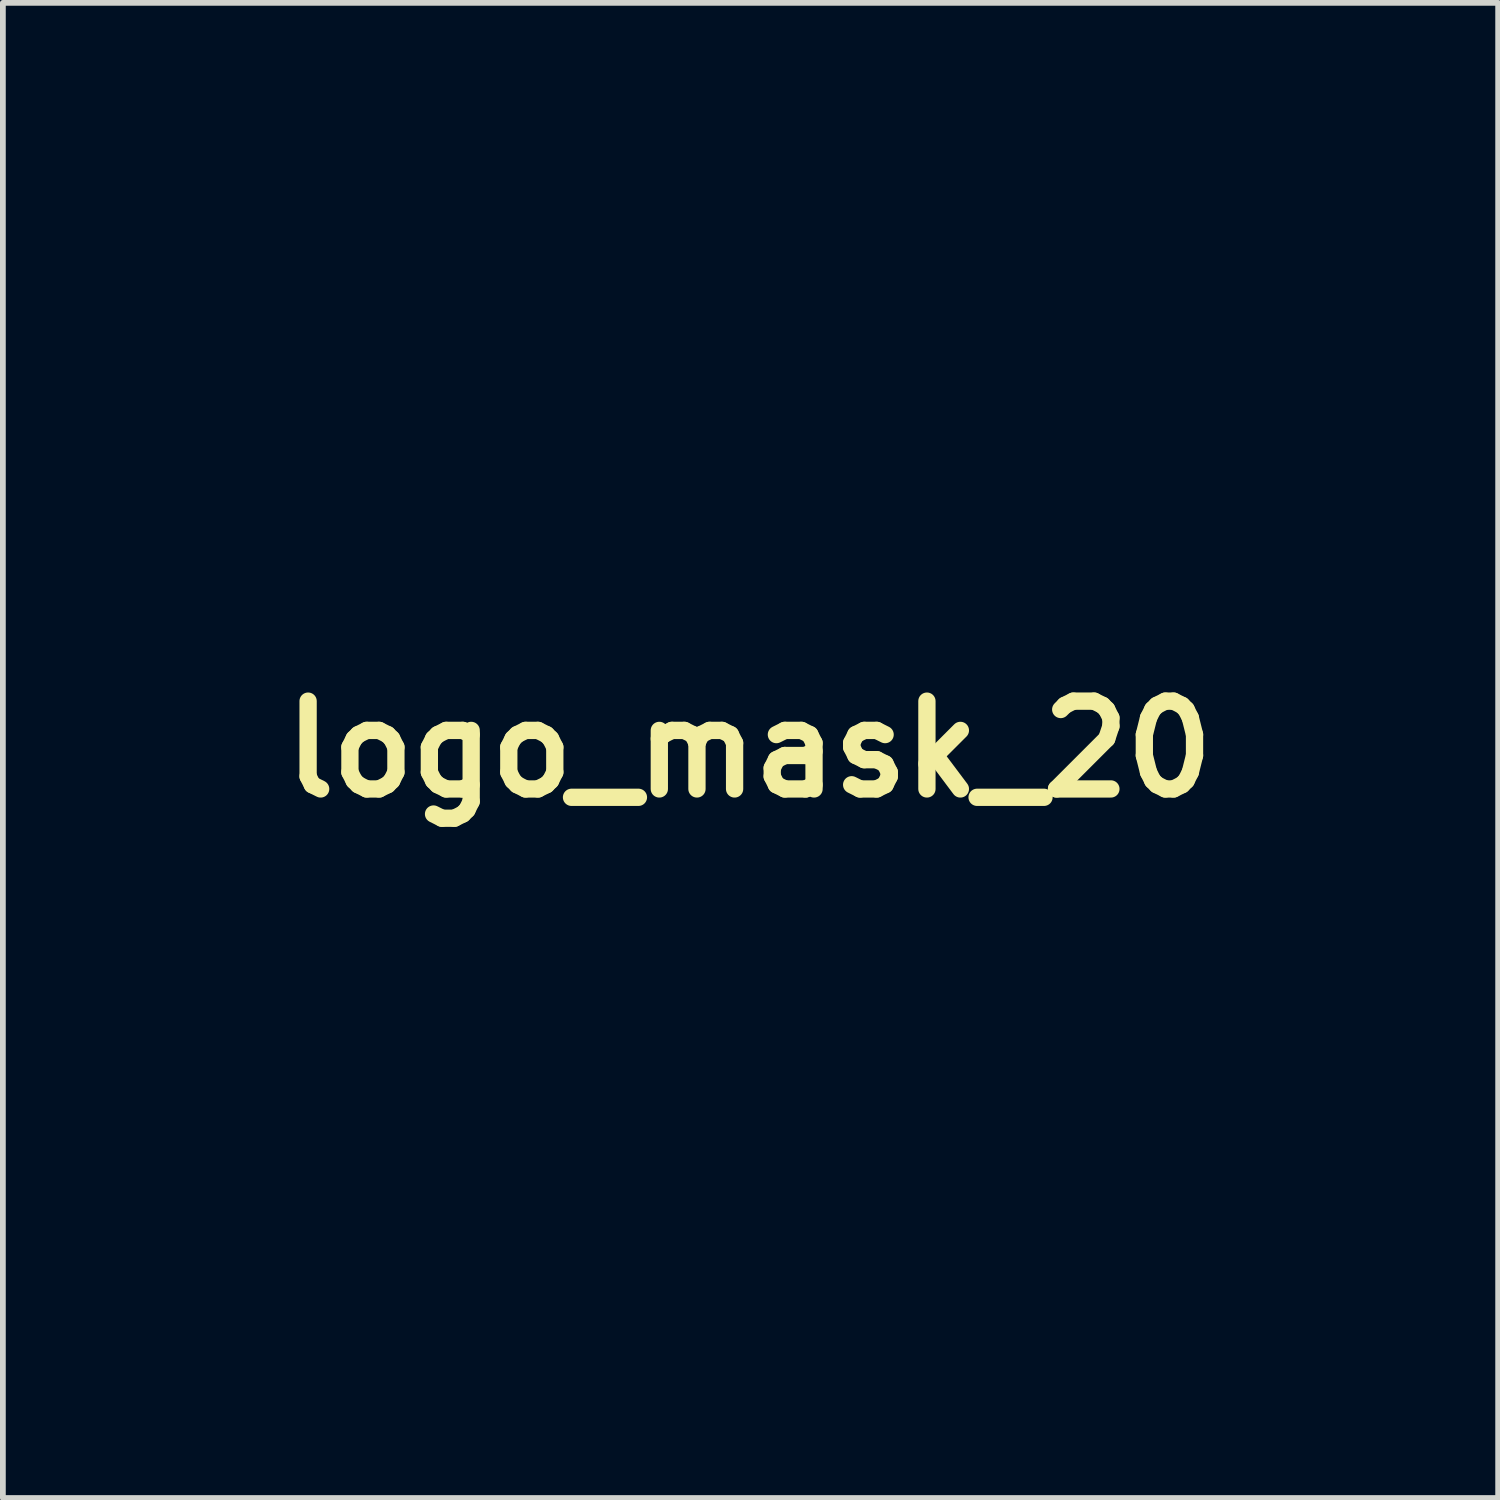
<source format=kicad_pcb>
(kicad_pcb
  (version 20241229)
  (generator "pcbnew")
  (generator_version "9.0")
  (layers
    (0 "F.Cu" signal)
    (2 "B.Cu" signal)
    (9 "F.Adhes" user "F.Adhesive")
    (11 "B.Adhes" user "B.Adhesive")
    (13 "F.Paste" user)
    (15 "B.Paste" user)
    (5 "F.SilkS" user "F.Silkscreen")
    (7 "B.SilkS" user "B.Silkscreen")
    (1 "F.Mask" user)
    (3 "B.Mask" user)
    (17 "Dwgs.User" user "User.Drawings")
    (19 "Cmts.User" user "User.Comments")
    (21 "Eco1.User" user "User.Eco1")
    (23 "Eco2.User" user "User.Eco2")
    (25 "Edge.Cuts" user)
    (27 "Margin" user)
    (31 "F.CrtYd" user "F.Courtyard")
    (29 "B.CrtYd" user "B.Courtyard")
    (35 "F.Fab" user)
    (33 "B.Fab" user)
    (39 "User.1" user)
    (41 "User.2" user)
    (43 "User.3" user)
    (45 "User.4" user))
  (footprint "logo_mask_20"
    (layer "F.Cu")
    (at 9.954 9.954)
    (property "Reference" "logo_mask_20" (at 0 0 0) (layer "F.SilkS") (effects (font (size 1.524 1.524) (thickness 0.3))))
    (attr through_hole)
    (fp_poly (pts (xy -1.827 -8.087) (xy -1.666 -7.969) (xy -1.577 -7.868) (xy -1.533 -7.773) (xy -1.518 -7.644) (xy -1.518 -7.581) (xy -1.518 -7.342) (xy -1.059 -6.885) (xy -0.601 -6.428) (xy 3.28 -6.428) (xy 4.542 -5.167) (xy 5.803 -3.907) (xy 5.803 -1.534) (xy 5.937 -1.406) (xy 6.071 -1.23) (xy 6.13 -1.044) (xy 6.124 -0.859) (xy 6.062 -0.69) (xy 5.954 -0.549) (xy 5.808 -0.448) (xy 5.634 -0.401) (xy 5.441 -0.419) (xy 5.276 -0.492) (xy 5.121 -0.634) (xy 5.034 -0.815) (xy 5.021 -0.964) (xy 5.376 -0.964) (xy 5.396 -0.902) (xy 5.443 -0.851) (xy 5.522 -0.78) (xy 5.58 -0.765) (xy 5.659 -0.798) (xy 5.672 -0.805) (xy 5.743 -0.883) (xy 5.755 -0.985) (xy 5.717 -1.083) (xy 5.638 -1.146) (xy 5.554 -1.153) (xy 5.473 -1.107) (xy 5.415 -1.041) (xy 5.376 -0.964) (xy 5.021 -0.964) (xy 5.017 -1.015) (xy 5.072 -1.212) (xy 5.177 -1.36) (xy 5.312 -1.5) (xy 5.312 -3.683) (xy 4.185 -4.81) (xy 3.057 -5.937) (xy -0.827 -5.937) (xy -1.362 -6.473) (xy -1.569 -6.678) (xy -1.727 -6.826) (xy -1.844 -6.925) (xy -1.93 -6.982) (xy -1.996 -7.006) (xy -2.021 -7.008) (xy -2.24 -7.046) (xy -2.419 -7.149) (xy -2.549 -7.301) (xy -2.619 -7.486) (xy -2.62 -7.544) (xy -2.25 -7.544) (xy -2.231 -7.497) (xy -2.152 -7.43) (xy -2.043 -7.421) (xy -1.939 -7.468) (xy -1.902 -7.511) (xy -1.88 -7.613) (xy -1.932 -7.702) (xy -2.043 -7.755) (xy -2.066 -7.759) (xy -2.179 -7.737) (xy -2.246 -7.657) (xy -2.25 -7.544) (xy -2.62 -7.544) (xy -2.621 -7.688) (xy -2.545 -7.889) (xy -2.543 -7.893) (xy -2.402 -8.049) (xy -2.222 -8.135) (xy -2.024 -8.148) (xy -1.827 -8.087)) (stroke (width 0.01) (type solid)) (fill yes) (layer "F.Mask"))
    (fp_poly (pts (xy 0.79 -8.582) (xy 0.965 -8.491) (xy 1.075 -8.362) (xy 1.131 -8.258) (xy 3.639 -8.258) (xy 5.547 -6.35) (xy 7.455 -4.441) (xy 7.455 -3.069) (xy 7.611 -2.896) (xy 7.712 -2.766) (xy 7.759 -2.649) (xy 7.767 -2.54) (xy 7.728 -2.324) (xy 7.623 -2.15) (xy 7.466 -2.027) (xy 7.276 -1.965) (xy 7.069 -1.973) (xy 6.909 -2.034) (xy 6.764 -2.159) (xy 6.678 -2.328) (xy 6.653 -2.521) (xy 6.653 -2.522) (xy 7.008 -2.522) (xy 7.044 -2.434) (xy 7.125 -2.354) (xy 7.209 -2.321) (xy 7.288 -2.351) (xy 7.34 -2.391) (xy 7.397 -2.474) (xy 7.41 -2.522) (xy 7.375 -2.61) (xy 7.294 -2.69) (xy 7.209 -2.723) (xy 7.121 -2.688) (xy 7.042 -2.607) (xy 7.008 -2.522) (xy 6.653 -2.522) (xy 6.688 -2.715) (xy 6.785 -2.889) (xy 6.883 -2.982) (xy 6.917 -3.016) (xy 6.939 -3.071) (xy 6.953 -3.163) (xy 6.961 -3.308) (xy 6.964 -3.519) (xy 6.964 -3.63) (xy 6.964 -4.219) (xy 3.437 -7.745) (xy 2.295 -7.76) (xy 1.945 -7.764) (xy 1.673 -7.767) (xy 1.469 -7.766) (xy 1.32 -7.761) (xy 1.217 -7.753) (xy 1.147 -7.74) (xy 1.101 -7.721) (xy 1.066 -7.696) (xy 1.056 -7.688) (xy 0.875 -7.559) (xy 0.685 -7.504) (xy 0.601 -7.499) (xy 0.386 -7.539) (xy 0.214 -7.65) (xy 0.097 -7.821) (xy 0.046 -8.039) (xy 0.045 -8.054) (xy 0.402 -8.054) (xy 0.437 -7.969) (xy 0.517 -7.891) (xy 0.603 -7.857) (xy 0.681 -7.886) (xy 0.733 -7.927) (xy 0.79 -8.009) (xy 0.804 -8.057) (xy 0.771 -8.14) (xy 0.696 -8.22) (xy 0.617 -8.258) (xy 0.614 -8.258) (xy 0.536 -8.226) (xy 0.453 -8.151) (xy 0.404 -8.071) (xy 0.402 -8.054) (xy 0.045 -8.054) (xy 0.045 -8.081) (xy 0.056 -8.206) (xy 0.1 -8.307) (xy 0.195 -8.419) (xy 0.218 -8.442) (xy 0.335 -8.548) (xy 0.435 -8.6) (xy 0.554 -8.615) (xy 0.579 -8.615) (xy 0.79 -8.582)) (stroke (width 0.01) (type solid)) (fill yes) (layer "F.Mask"))
    (fp_poly (pts (xy 3.742 2.957) (xy 3.843 3.001) (xy 3.955 3.096) (xy 3.978 3.12) (xy 4.084 3.237) (xy 4.136 3.337) (xy 4.151 3.456) (xy 4.151 3.481) (xy 4.114 3.699) (xy 4.012 3.878) (xy 3.859 4.004) (xy 3.667 4.06) (xy 3.624 4.062) (xy 3.561 4.076) (xy 3.481 4.122) (xy 3.378 4.206) (xy 3.244 4.333) (xy 3.075 4.51) (xy 2.865 4.742) (xy 2.607 5.036) (xy 2.494 5.165) (xy 2.254 5.442) (xy 0.921 5.444) (xy -0.413 5.446) (xy -0.586 5.602) (xy -0.712 5.702) (xy -0.824 5.747) (xy -0.949 5.757) (xy -1.1 5.74) (xy -1.233 5.702) (xy -1.255 5.692) (xy -1.411 5.559) (xy -1.498 5.372) (xy -1.516 5.219) (xy -1.161 5.219) (xy -1.125 5.317) (xy -1.083 5.353) (xy -0.979 5.396) (xy -0.895 5.372) (xy -0.841 5.328) (xy -0.769 5.233) (xy -0.781 5.144) (xy -0.848 5.066) (xy -0.933 5.012) (xy -1.022 5.025) (xy -1.049 5.036) (xy -1.135 5.113) (xy -1.161 5.219) (xy -1.516 5.219) (xy -1.518 5.201) (xy -1.481 4.975) (xy -1.375 4.802) (xy -1.206 4.69) (xy -0.981 4.643) (xy -0.94 4.643) (xy -0.805 4.658) (xy -0.688 4.716) (xy -0.586 4.799) (xy -0.413 4.955) (xy 0.05 4.955) (xy 0.26 4.953) (xy 0.531 4.948) (xy 0.834 4.94) (xy 1.14 4.931) (xy 1.281 4.926) (xy 2.049 4.896) (xy 2.555 4.328) (xy 2.739 4.121) (xy 2.872 3.967) (xy 2.961 3.855) (xy 3.015 3.772) (xy 3.041 3.706) (xy 3.048 3.643) (xy 3.043 3.572) (xy 3.043 3.568) (xy 3.048 3.504) (xy 3.393 3.504) (xy 3.422 3.583) (xy 3.463 3.635) (xy 3.545 3.692) (xy 3.593 3.705) (xy 3.672 3.676) (xy 3.724 3.635) (xy 3.781 3.553) (xy 3.794 3.504) (xy 3.765 3.426) (xy 3.724 3.373) (xy 3.642 3.317) (xy 3.593 3.303) (xy 3.515 3.333) (xy 3.463 3.373) (xy 3.406 3.456) (xy 3.393 3.504) (xy 3.048 3.504) (xy 3.06 3.341) (xy 3.151 3.156) (xy 3.305 3.023) (xy 3.512 2.954) (xy 3.617 2.946) (xy 3.742 2.957)) (stroke (width 0.01) (type solid)) (fill yes) (layer "F.Mask"))
    (fp_poly (pts (xy 2.177 -3.068) (xy 2.723 -2.521) (xy 2.723 -0.869) (xy 2.176 -0.323) (xy 1.628 0.223) (xy 0.905 0.223) (xy 0.635 0.224) (xy 0.44 0.227) (xy 0.307 0.234) (xy 0.223 0.247) (xy 0.173 0.266) (xy 0.145 0.295) (xy 0.134 0.312) (xy 0.033 0.42) (xy -0.125 0.499) (xy -0.308 0.535) (xy -0.335 0.536) (xy -0.558 0.498) (xy -0.73 0.39) (xy -0.844 0.22) (xy -0.892 -0.005) (xy -0.892 -0.022) (xy -0.536 -0.022) (xy -0.506 0.056) (xy -0.466 0.108) (xy -0.383 0.165) (xy -0.335 0.179) (xy -0.256 0.149) (xy -0.204 0.108) (xy -0.147 0.026) (xy -0.134 -0.022) (xy -0.163 -0.101) (xy -0.204 -0.153) (xy -0.286 -0.21) (xy -0.335 -0.223) (xy -0.413 -0.194) (xy -0.466 -0.153) (xy -0.522 -0.071) (xy -0.536 -0.022) (xy -0.892 -0.022) (xy -0.893 -0.048) (xy -0.882 -0.173) (xy -0.837 -0.273) (xy -0.74 -0.386) (xy -0.719 -0.407) (xy -0.605 -0.511) (xy -0.508 -0.563) (xy -0.39 -0.58) (xy -0.34 -0.58) (xy -0.198 -0.569) (xy -0.086 -0.523) (xy 0.037 -0.426) (xy 0.039 -0.424) (xy 0.212 -0.268) (xy 1.408 -0.268) (xy 1.82 -0.682) (xy 2.232 -1.095) (xy 2.232 -2.301) (xy 1.404 -3.125) (xy -1.586 -3.125) (xy -1.999 -2.711) (xy -2.411 -2.297) (xy -2.411 2.256) (xy -1.997 2.668) (xy -1.583 3.08) (xy 1.409 3.08) (xy 1.709 2.778) (xy 2.009 2.475) (xy 2.009 2.215) (xy 2.01 2.168) (xy 2.369 2.168) (xy 2.395 2.286) (xy 2.436 2.34) (xy 2.538 2.404) (xy 2.633 2.38) (xy 2.706 2.298) (xy 2.753 2.213) (xy 2.745 2.154) (xy 2.7 2.097) (xy 2.588 2.02) (xy 2.476 2.024) (xy 2.419 2.062) (xy 2.369 2.168) (xy 2.01 2.168) (xy 2.014 2.06) (xy 2.039 1.957) (xy 2.098 1.87) (xy 2.161 1.803) (xy 2.268 1.709) (xy 2.368 1.665) (xy 2.505 1.652) (xy 2.538 1.652) (xy 2.696 1.662) (xy 2.811 1.705) (xy 2.921 1.789) (xy 3.058 1.959) (xy 3.118 2.147) (xy 3.105 2.336) (xy 3.026 2.51) (xy 2.885 2.653) (xy 2.688 2.747) (xy 2.617 2.763) (xy 2.519 2.786) (xy 2.432 2.823) (xy 2.338 2.886) (xy 2.221 2.986) (xy 2.066 3.135) (xy 1.991 3.209) (xy 1.583 3.616) (xy -1.809 3.616) (xy -2.355 3.068) (xy -2.902 2.521) (xy -2.902 -2.523) (xy -1.807 -3.616) (xy 1.631 -3.616) (xy 2.177 -3.068)) (stroke (width 0.01) (type solid)) (fill yes) (layer "F.Mask"))
    (fp_poly (pts (xy 0.577 -9.941) (xy 1.512 -9.845) (xy 2.439 -9.661) (xy 3.187 -9.445) (xy 4.041 -9.118) (xy 4.858 -8.712) (xy 5.633 -8.233) (xy 6.361 -7.686) (xy 7.036 -7.076) (xy 7.654 -6.408) (xy 8.21 -5.687) (xy 8.698 -4.918) (xy 9.114 -4.106) (xy 9.452 -3.256) (xy 9.49 -3.142) (xy 9.746 -2.226) (xy 9.913 -1.298) (xy 9.994 -0.365) (xy 9.986 0.57) (xy 9.892 1.501) (xy 9.709 2.423) (xy 9.481 3.209) (xy 9.144 4.081) (xy 8.732 4.906) (xy 8.242 5.688) (xy 7.674 6.427) (xy 7.076 7.076) (xy 6.374 7.717) (xy 5.625 8.282) (xy 4.831 8.771) (xy 3.997 9.181) (xy 3.126 9.511) (xy 2.22 9.76) (xy 1.284 9.926) (xy 1.062 9.952) (xy 0.788 9.974) (xy 0.453 9.987) (xy 0.083 9.992) (xy -0.294 9.989) (xy -0.651 9.979) (xy -0.961 9.96) (xy -1.094 9.947) (xy -2.006 9.801) (xy -2.893 9.571) (xy -3.749 9.264) (xy -4.571 8.882) (xy -5.352 8.429) (xy -6.089 7.909) (xy -6.776 7.327) (xy -7.408 6.685) (xy -7.981 5.989) (xy -8.49 5.241) (xy -8.93 4.447) (xy -9.295 3.609) (xy -9.445 3.187) (xy -9.701 2.268) (xy -9.869 1.339) (xy -9.949 0.404) (xy -9.948 0.268) (xy -9.343 0.268) (xy -8.059 0.268) (xy -7.623 0.702) (xy -7.187 1.137) (xy -7.187 3.277) (xy -7.042 3.426) (xy -6.955 3.527) (xy -6.912 3.623) (xy -6.898 3.752) (xy -6.897 3.823) (xy -6.902 3.972) (xy -6.93 4.07) (xy -6.995 4.156) (xy -7.064 4.222) (xy -7.192 4.323) (xy -7.311 4.367) (xy -7.412 4.375) (xy -7.643 4.338) (xy -7.822 4.234) (xy -7.94 4.07) (xy -7.99 3.854) (xy -7.991 3.817) (xy -7.633 3.817) (xy -7.598 3.905) (xy -7.517 3.984) (xy -7.433 4.018) (xy -7.354 3.988) (xy -7.302 3.947) (xy -7.245 3.871) (xy -7.232 3.828) (xy -7.264 3.75) (xy -7.339 3.667) (xy -7.419 3.619) (xy -7.436 3.616) (xy -7.521 3.651) (xy -7.599 3.731) (xy -7.633 3.817) (xy -7.991 3.817) (xy -7.962 3.633) (xy -7.889 3.47) (xy -7.784 3.358) (xy -7.767 3.348) (xy -7.738 3.328) (xy -7.716 3.296) (xy -7.7 3.24) (xy -7.689 3.149) (xy -7.683 3.012) (xy -7.679 2.815) (xy -7.678 2.549) (xy -7.678 2.332) (xy -7.678 1.364) (xy -7.978 1.061) (xy -8.278 0.759) (xy -9.295 0.759) (xy -9.264 1.06) (xy -9.144 1.834) (xy -8.945 2.62) (xy -8.673 3.404) (xy -8.335 4.17) (xy -7.936 4.903) (xy -7.483 5.588) (xy -7.372 5.736) (xy -7.219 5.923) (xy -7.015 6.151) (xy -6.779 6.402) (xy -6.527 6.659) (xy -6.276 6.903) (xy -6.045 7.119) (xy -5.85 7.287) (xy -5.848 7.289) (xy -5.154 7.795) (xy -4.412 8.236) (xy -3.629 8.61) (xy -2.816 8.912) (xy -1.983 9.141) (xy -1.139 9.293) (xy -0.294 9.365) (xy 0.543 9.355) (xy 0.848 9.329) (xy 1.165 9.294) (xy 1.448 9.256) (xy 1.683 9.219) (xy 1.858 9.184) (xy 1.96 9.153) (xy 1.97 9.147) (xy 1.983 9.113) (xy 1.948 9.047) (xy 1.858 8.94) (xy 1.72 8.795) (xy 1.409 8.482) (xy -0.254 8.482) (xy -0.683 8.482) (xy -1.031 8.482) (xy -1.307 8.484) (xy -1.52 8.487) (xy -1.679 8.492) (xy -1.792 8.5) (xy -1.868 8.51) (xy -1.916 8.524) (xy -1.943 8.542) (xy -1.96 8.564) (xy -1.966 8.575) (xy -2.055 8.666) (xy -2.199 8.742) (xy -2.363 8.787) (xy -2.443 8.794) (xy -2.617 8.754) (xy -2.781 8.649) (xy -2.906 8.5) (xy -2.931 8.449) (xy -2.981 8.232) (xy -2.615 8.232) (xy -2.594 8.294) (xy -2.548 8.344) (xy -2.469 8.416) (xy -2.411 8.431) (xy -2.331 8.398) (xy -2.318 8.391) (xy -2.247 8.313) (xy -2.236 8.211) (xy -2.274 8.113) (xy -2.352 8.049) (xy -2.437 8.043) (xy -2.517 8.089) (xy -2.576 8.155) (xy -2.615 8.232) (xy -2.981 8.232) (xy -2.981 8.232) (xy -2.944 8.031) (xy -2.82 7.85) (xy -2.792 7.823) (xy -2.677 7.731) (xy -2.566 7.688) (xy -2.415 7.678) (xy -2.411 7.678) (xy -2.262 7.687) (xy -2.152 7.727) (xy -2.035 7.816) (xy -2.015 7.834) (xy -1.842 7.991) (xy 1.628 7.991) (xy 2.632 8.991) (xy 2.979 8.879) (xy 3.326 8.766) (xy 3.337 7.295) (xy 3.347 6.048) (xy 3.839 6.048) (xy 3.839 7.287) (xy 3.84 7.609) (xy 3.842 7.9) (xy 3.846 8.149) (xy 3.85 8.343) (xy 3.855 8.473) (xy 3.861 8.526) (xy 3.862 8.526) (xy 3.909 8.507) (xy 4.018 8.456) (xy 4.173 8.381) (xy 4.331 8.303) (xy 4.776 8.079) (xy 4.776 6.691) (xy 6.071 5.371) (xy 6.071 2.342) (xy 6.693 1.721) (xy 6.909 1.505) (xy 7.068 1.34) (xy 7.178 1.219) (xy 7.248 1.13) (xy 7.284 1.065) (xy 7.295 1.014) (xy 7.292 0.982) (xy 7.294 0.945) (xy 7.681 0.945) (xy 7.721 1.045) (xy 7.806 1.108) (xy 7.857 1.116) (xy 7.95 1.086) (xy 7.982 1.062) (xy 8.036 0.96) (xy 8.024 0.856) (xy 7.961 0.774) (xy 7.865 0.736) (xy 7.767 0.759) (xy 7.694 0.839) (xy 7.681 0.945) (xy 7.294 0.945) (xy 7.299 0.818) (xy 7.368 0.646) (xy 7.484 0.5) (xy 7.553 0.448) (xy 7.751 0.368) (xy 7.94 0.364) (xy 8.11 0.423) (xy 8.252 0.532) (xy 8.355 0.678) (xy 8.411 0.848) (xy 8.41 1.028) (xy 8.342 1.205) (xy 8.209 1.358) (xy 8.077 1.441) (xy 7.921 1.472) (xy 7.868 1.473) (xy 7.791 1.475) (xy 7.725 1.487) (xy 7.657 1.518) (xy 7.575 1.577) (xy 7.467 1.672) (xy 7.32 1.814) (xy 7.135 1.995) (xy 6.607 2.517) (xy 6.607 5.603) (xy 5.267 6.94) (xy 5.267 7.332) (xy 5.271 7.506) (xy 5.279 7.64) (xy 5.291 7.714) (xy 5.297 7.723) (xy 5.343 7.698) (xy 5.444 7.63) (xy 5.58 7.533) (xy 5.665 7.47) (xy 5.856 7.316) (xy 6.089 7.11) (xy 6.347 6.867) (xy 6.616 6.603) (xy 6.879 6.335) (xy 7.121 6.077) (xy 7.325 5.846) (xy 7.47 5.665) (xy 7.723 5.326) (xy 7.723 3.252) (xy 7.594 3.123) (xy 7.475 2.949) (xy 7.431 2.755) (xy 7.433 2.743) (xy 7.812 2.743) (xy 7.829 2.847) (xy 7.894 2.892) (xy 8.011 2.893) (xy 8.108 2.87) (xy 8.15 2.807) (xy 8.161 2.736) (xy 8.159 2.632) (xy 8.115 2.582) (xy 8.06 2.563) (xy 7.929 2.566) (xy 7.84 2.637) (xy 7.812 2.743) (xy 7.433 2.743) (xy 7.459 2.561) (xy 7.553 2.385) (xy 7.708 2.247) (xy 7.841 2.185) (xy 8.039 2.164) (xy 8.235 2.226) (xy 8.402 2.356) (xy 8.526 2.544) (xy 8.564 2.744) (xy 8.515 2.945) (xy 8.391 3.126) (xy 8.258 3.268) (xy 8.261 3.833) (xy 8.263 4.397) (xy 8.468 3.995) (xy 8.698 3.482) (xy 8.902 2.904) (xy 9.077 2.282) (xy 9.215 1.637) (xy 9.313 0.992) (xy 9.366 0.368) (xy 9.374 0.04) (xy 9.374 -0.312) (xy 7.566 -0.312) (xy 6.372 0.882) (xy 5.178 2.076) (xy 5.178 4.711) (xy 4.509 5.379) (xy 3.839 6.048) (xy 3.347 6.048) (xy 3.349 5.823) (xy 3.996 5.178) (xy 4.643 4.532) (xy 4.643 1.897) (xy 5.993 0.547) (xy 7.343 -0.802) (xy 9.307 -0.826) (xy 9.293 -1.071) (xy 9.265 -1.335) (xy 9.21 -1.658) (xy 9.134 -2.019) (xy 9.04 -2.393) (xy 8.935 -2.758) (xy 8.863 -2.98) (xy 8.577 -3.709) (xy 8.224 -4.429) (xy 7.817 -5.115) (xy 7.371 -5.744) (xy 7.289 -5.848) (xy 7.121 -6.042) (xy 6.906 -6.274) (xy 6.662 -6.524) (xy 6.405 -6.776) (xy 6.154 -7.013) (xy 5.926 -7.217) (xy 5.738 -7.371) (xy 5.736 -7.372) (xy 5.006 -7.876) (xy 4.232 -8.309) (xy 3.423 -8.669) (xy 2.588 -8.953) (xy 1.735 -9.158) (xy 0.872 -9.283) (xy 0.008 -9.324) (xy -0.81 -9.284) (xy -1.582 -9.175) (xy -2.353 -9.004) (xy -3.099 -8.775) (xy -3.797 -8.497) (xy -4.062 -8.371) (xy -4.261 -8.27) (xy -4.434 -8.18) (xy -4.563 -8.11) (xy -4.631 -8.069) (xy -4.634 -8.067) (xy -4.635 -8.042) (xy -4.604 -7.989) (xy -4.536 -7.903) (xy -4.428 -7.781) (xy -4.275 -7.618) (xy -4.074 -7.409) (xy -3.821 -7.15) (xy -3.511 -6.837) (xy -3.206 -6.532) (xy -1.719 -5.044) (xy 2.298 -5.044) (xy 3.247 -4.096) (xy 4.196 -3.148) (xy 4.196 0.036) (xy 4.352 0.192) (xy 4.448 0.299) (xy 4.494 0.396) (xy 4.508 0.527) (xy 4.509 0.58) (xy 4.501 0.731) (xy 4.466 0.834) (xy 4.389 0.932) (xy 4.36 0.961) (xy 4.183 1.088) (xy 3.998 1.138) (xy 3.817 1.123) (xy 3.652 1.051) (xy 3.518 0.933) (xy 3.426 0.779) (xy 3.395 0.625) (xy 3.777 0.625) (xy 3.796 0.672) (xy 3.875 0.739) (xy 3.984 0.748) (xy 4.087 0.701) (xy 4.124 0.658) (xy 4.146 0.556) (xy 4.094 0.467) (xy 3.984 0.414) (xy 3.96 0.41) (xy 3.847 0.432) (xy 3.78 0.512) (xy 3.777 0.625) (xy 3.395 0.625) (xy 3.39 0.599) (xy 3.422 0.403) (xy 3.482 0.277) (xy 3.557 0.175) (xy 3.628 0.111) (xy 3.638 0.105) (xy 3.657 0.088) (xy 3.671 0.046) (xy 3.683 -0.028) (xy 3.691 -0.145) (xy 3.698 -0.312) (xy 3.702 -0.538) (xy 3.704 -0.832) (xy 3.705 -1.202) (xy 3.705 -1.423) (xy 3.705 -2.925) (xy 2.12 -4.499) (xy 0.089 -4.527) (xy -1.942 -4.556) (xy -5.156 -7.766) (xy -5.546 -7.477) (xy -5.705 -7.357) (xy -5.832 -7.255) (xy -5.914 -7.183) (xy -5.937 -7.155) (xy -5.907 -7.117) (xy -5.821 -7.023) (xy -5.688 -6.882) (xy -5.514 -6.702) (xy -5.308 -6.491) (xy -5.077 -6.257) (xy -4.983 -6.162) (xy -4.029 -5.201) (xy -4.001 -2.143) (xy -3.996 -1.579) (xy -3.991 -1.004) (xy -3.987 -0.431) (xy -3.983 0.129) (xy -3.98 0.663) (xy -3.977 1.159) (xy -3.975 1.605) (xy -3.974 1.987) (xy -3.973 2.293) (xy -3.973 2.322) (xy -3.973 3.729) (xy -3.581 4.119) (xy -3.411 4.285) (xy -3.288 4.397) (xy -3.195 4.465) (xy -3.12 4.498) (xy -3.048 4.509) (xy -3.035 4.509) (xy -2.831 4.549) (xy -2.659 4.658) (xy -2.534 4.818) (xy -2.473 5.011) (xy -2.477 5.171) (xy -2.533 5.311) (xy -2.633 5.453) (xy -2.655 5.476) (xy -2.761 5.569) (xy -2.863 5.613) (xy -3.003 5.624) (xy -3.028 5.625) (xy -3.195 5.611) (xy -3.318 5.562) (xy -3.386 5.512) (xy -3.51 5.365) (xy -3.586 5.188) (xy -3.59 5.15) (xy -3.201 5.15) (xy -3.143 5.234) (xy -3.036 5.267) (xy -2.942 5.238) (xy -2.911 5.214) (xy -2.856 5.115) (xy -2.864 5.015) (xy -2.917 4.934) (xy -3 4.892) (xy -3.096 4.912) (xy -3.128 4.936) (xy -3.198 5.042) (xy -3.201 5.15) (xy -3.59 5.15) (xy -3.603 5.013) (xy -3.596 4.97) (xy -3.591 4.918) (xy -3.611 4.858) (xy -3.663 4.78) (xy -3.756 4.67) (xy -3.9 4.518) (xy -4.011 4.404) (xy -4.455 3.951) (xy -4.516 -0.246) (xy -6.405 -2.143) (xy -6.622 -2.143) (xy -6.77 -2.153) (xy -6.875 -2.195) (xy -6.985 -2.288) (xy -6.991 -2.294) (xy -7.088 -2.407) (xy -7.132 -2.514) (xy -7.142 -2.654) (xy -7.14 -2.684) (xy -6.785 -2.684) (xy -6.75 -2.573) (xy -6.663 -2.513) (xy -6.552 -2.511) (xy -6.454 -2.57) (xy -6.397 -2.643) (xy -6.383 -2.682) (xy -6.415 -2.745) (xy -6.486 -2.824) (xy -6.564 -2.887) (xy -6.603 -2.902) (xy -6.679 -2.866) (xy -6.75 -2.783) (xy -6.785 -2.692) (xy -6.785 -2.684) (xy -7.14 -2.684) (xy -7.128 -2.811) (xy -7.092 -2.953) (xy -7.077 -2.987) (xy -6.974 -3.107) (xy -6.817 -3.203) (xy -6.643 -3.255) (xy -6.587 -3.259) (xy -6.391 -3.217) (xy -6.222 -3.105) (xy -6.097 -2.939) (xy -6.032 -2.737) (xy -6.027 -2.656) (xy -6.024 -2.597) (xy -6.011 -2.541) (xy -5.981 -2.479) (xy -5.925 -2.402) (xy -5.838 -2.3) (xy -5.71 -2.164) (xy -5.534 -1.986) (xy -5.304 -1.755) (xy -5.267 -1.719) (xy -4.509 -0.961) (xy -4.509 -4.978) (xy -5.423 -5.892) (xy -6.338 -6.806) (xy -6.696 -6.451) (xy -7.054 -6.095) (xy -6.44 -5.481) (xy -6.209 -5.252) (xy -6.032 -5.085) (xy -5.902 -4.972) (xy -5.812 -4.909) (xy -5.757 -4.89) (xy -5.748 -4.892) (xy -5.617 -4.894) (xy -5.463 -4.841) (xy -5.316 -4.748) (xy -5.247 -4.681) (xy -5.169 -4.561) (xy -5.137 -4.421) (xy -5.134 -4.326) (xy -5.144 -4.173) (xy -5.188 -4.061) (xy -5.279 -3.948) (xy -5.451 -3.816) (xy -5.638 -3.762) (xy -5.824 -3.777) (xy -5.994 -3.856) (xy -6.131 -3.991) (xy -6.222 -4.177) (xy -6.237 -4.285) (xy -5.865 -4.285) (xy -5.846 -4.238) (xy -5.768 -4.171) (xy -5.658 -4.162) (xy -5.555 -4.209) (xy -5.518 -4.252) (xy -5.496 -4.354) (xy -5.548 -4.443) (xy -5.659 -4.496) (xy -5.682 -4.5) (xy -5.795 -4.478) (xy -5.862 -4.398) (xy -5.865 -4.285) (xy -6.237 -4.285) (xy -6.249 -4.374) (xy -6.252 -4.449) (xy -6.264 -4.513) (xy -6.295 -4.58) (xy -6.353 -4.661) (xy -6.448 -4.768) (xy -6.589 -4.913) (xy -6.783 -5.109) (xy -6.796 -5.122) (xy -6.976 -5.3) (xy -7.134 -5.455) (xy -7.261 -5.574) (xy -7.345 -5.649) (xy -7.374 -5.669) (xy -7.417 -5.632) (xy -7.496 -5.531) (xy -7.603 -5.377) (xy -7.728 -5.184) (xy -7.864 -4.966) (xy -8.003 -4.734) (xy -8.137 -4.502) (xy -8.257 -4.284) (xy -8.328 -4.147) (xy -8.471 -3.844) (xy -8.612 -3.51) (xy -8.748 -3.162) (xy -8.872 -2.815) (xy -8.98 -2.484) (xy -9.065 -2.184) (xy -9.124 -1.93) (xy -9.15 -1.739) (xy -9.151 -1.707) (xy -9.151 -1.607) (xy -7.299 -1.606) (xy -6.506 -0.862) (xy -5.714 -0.118) (xy -5.714 5.11) (xy -4.877 5.948) (xy -4.041 6.785) (xy 0.766 6.785) (xy 0.894 6.657) (xy 1.069 6.537) (xy 1.263 6.494) (xy 1.457 6.522) (xy 1.632 6.615) (xy 1.771 6.77) (xy 1.832 6.903) (xy 1.853 7.102) (xy 1.792 7.298) (xy 1.662 7.465) (xy 1.474 7.589) (xy 1.274 7.626) (xy 1.073 7.578) (xy 0.891 7.453) (xy 0.749 7.321) (xy -4.218 7.321) (xy -4.427 7.112) (xy 1.122 7.112) (xy 1.135 7.171) (xy 1.193 7.218) (xy 1.29 7.221) (xy 1.39 7.185) (xy 1.446 7.131) (xy 1.469 7.029) (xy 1.419 6.945) (xy 1.31 6.9) (xy 1.267 6.897) (xy 1.169 6.914) (xy 1.128 6.978) (xy 1.124 7.001) (xy 1.122 7.112) (xy -4.427 7.112) (xy -5.234 6.306) (xy -6.25 5.291) (xy -6.252 2.679) (xy -6.254 0.067) (xy -7.522 -1.115) (xy -8.376 -1.115) (xy -8.678 -1.115) (xy -8.902 -1.112) (xy -9.06 -1.105) (xy -9.163 -1.094) (xy -9.223 -1.079) (xy -9.252 -1.057) (xy -9.257 -1.047) (xy -9.269 -0.979) (xy -9.283 -0.84) (xy -9.297 -0.648) (xy -9.31 -0.423) (xy -9.314 -0.355) (xy -9.343 0.268) (xy -9.948 0.268) (xy -9.941 -0.533) (xy -9.845 -1.467) (xy -9.661 -2.394) (xy -9.445 -3.142) (xy -9.118 -3.997) (xy -8.712 -4.814) (xy -8.233 -5.589) (xy -7.686 -6.316) (xy -7.076 -6.992) (xy -6.408 -7.61) (xy -5.687 -8.165) (xy -4.918 -8.653) (xy -4.106 -9.069) (xy -3.256 -9.407) (xy -3.142 -9.445) (xy -2.224 -9.701) (xy -1.294 -9.869) (xy -0.359 -9.949) (xy 0.577 -9.941)) (stroke (width 0.01) (type solid)) (fill yes) (layer "F.Mask")))
  (gr_rect
    (start -3 -3)
    (end 22.953 22.951)
    (stroke (width 0.1) (type default))
    (fill no)
    (layer "Edge.Cuts")))
</source>
